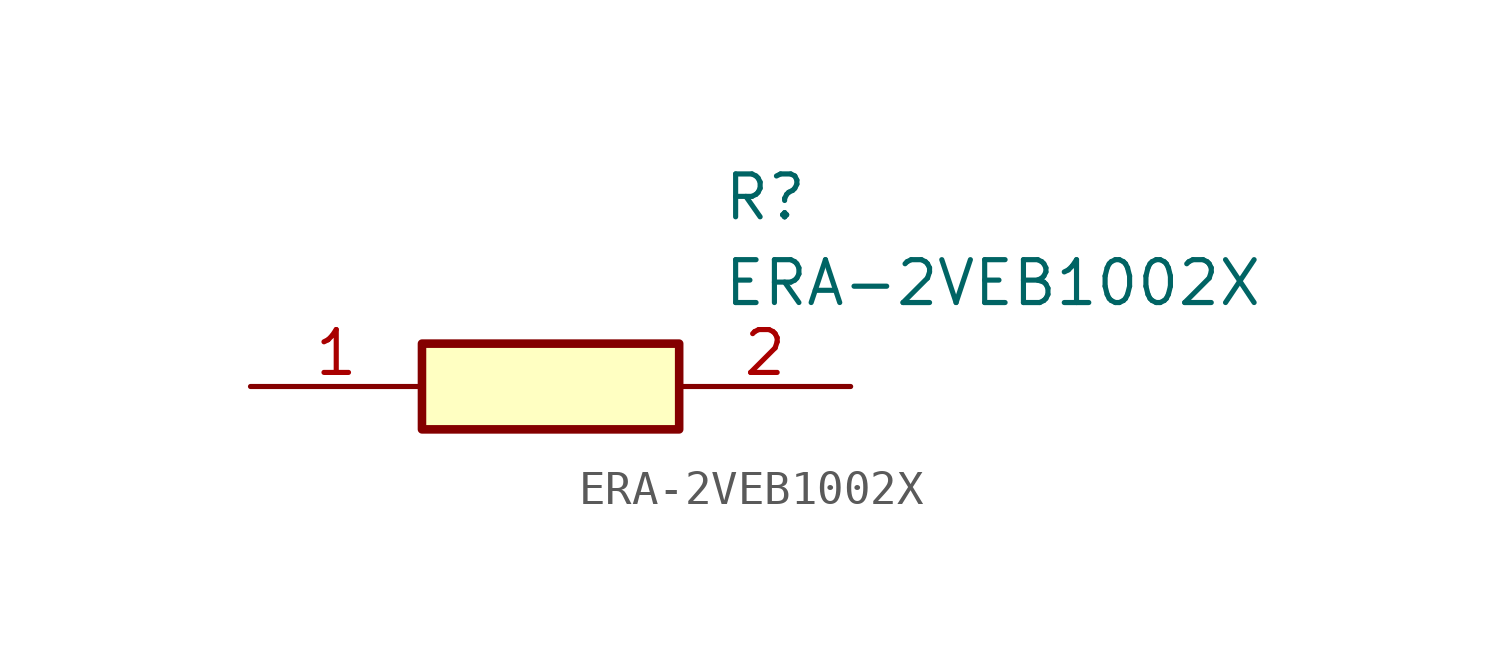
<source format=kicad_sym>
(kicad_symbol_lib
  (version 20211014)
  (generator SamacSys_ECAD_Model)
  (symbol "ERA-2VEB1002X"
    (pin_names hide)
    (property "Reference" "R"
      (at 13.97 6.35 0)
      (effects (font (size 1.27 1.27)) (justify left top)))
    (property "Value" "ERA-2VEB1002X"
      (at 13.97 3.81 0)
      (effects (font (size 1.27 1.27)) (justify left top)))
    (rectangle
      (start 5.08 1.27)
      (end 12.7 -1.27)
      (stroke (width 0.254) (type default))
      (fill (type background)))
    (pin passive line
      (at 0 0 0)
      (length 5.08)
      (name "1" (effects (font (size 1.27 1.27))))
      (number "1" (effects (font (size 1.27 1.27)))))
    (pin passive line
      (at 17.78 0 180)
      (length 5.08)
      (name "2" (effects (font (size 1.27 1.27))))
      (number "2" (effects (font (size 1.27 1.27)))))))
</source>
